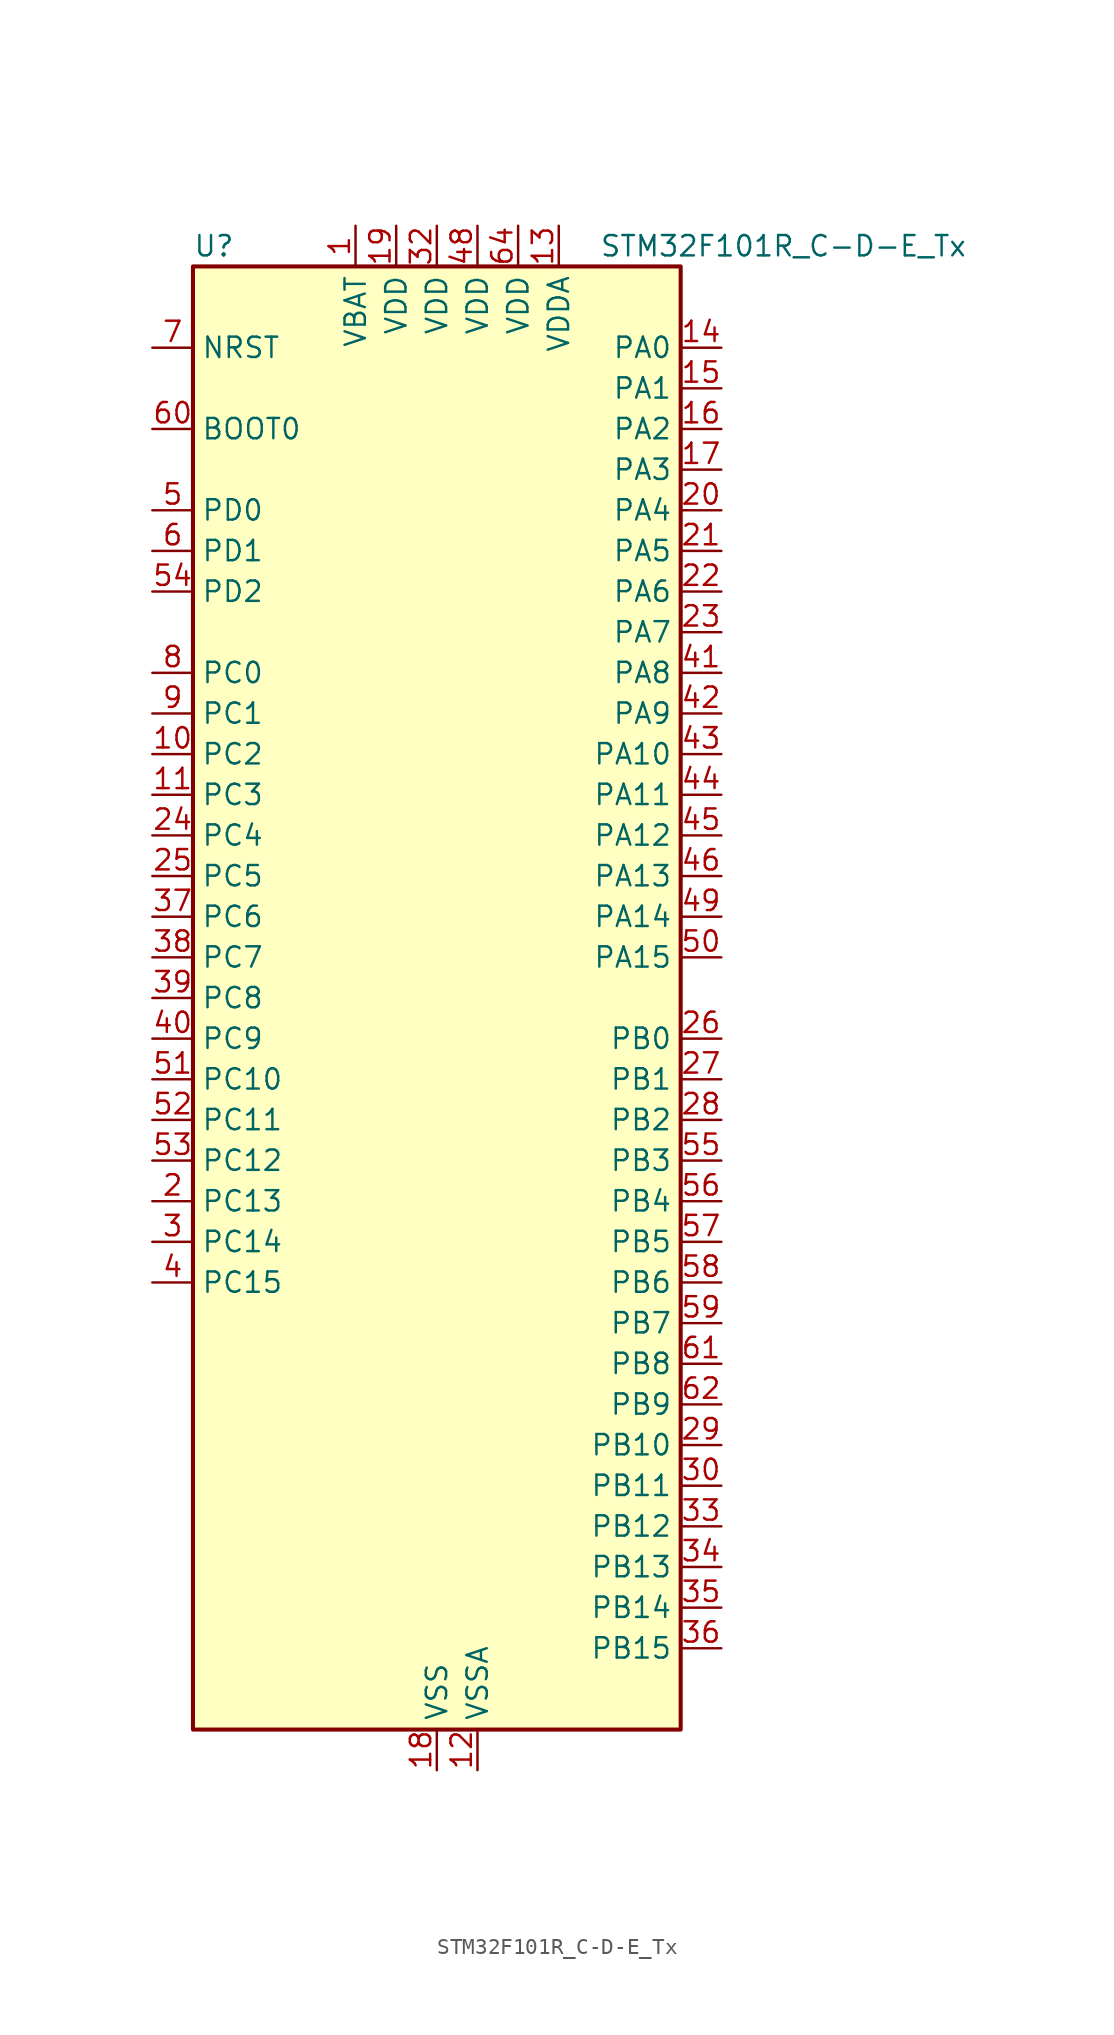
<source format=kicad_sym>
(kicad_symbol_lib
  (version 20241209)
  (generator "kicad_symbol_editor")
  (generator_version "9.0")
  (symbol "STM32F101R_C-D-E_Tx"
    (property "Reference" "U"
      (at -15.24 46.99 0)
      (effects (font (size 1.27 1.27)) (justify left)))
    (property "Value" "STM32F101R_C-D-E_Tx"
      (at 10.16 46.99 0)
      (effects (font (size 1.27 1.27)) (justify left)))
    (symbol "STM32F101R_C-D-E_Tx_0_1"
      (rectangle (start -15.24 -45.72) (end 15.24 45.72) (stroke (width 0.254) (type default)) (fill (type background))))
    (symbol "STM32F101R_C-D-E_Tx_1_1"
      (pin input line (at -17.78 40.64 0) (length 2.54) (name "NRST" (effects (font (size 1.27 1.27)))) (number "7" (effects (font (size 1.27 1.27)))))
      (pin input line (at -17.78 35.56 0) (length 2.54) (name "BOOT0" (effects (font (size 1.27 1.27)))) (number "60" (effects (font (size 1.27 1.27)))))
      (pin bidirectional line (at -17.78 30.48 0) (length 2.54) (name "PD0" (effects (font (size 1.27 1.27)))) (number "5" (effects (font (size 1.27 1.27)))) (alternate "RCC_OSC_IN" bidirectional line))
      (pin bidirectional line (at -17.78 27.94 0) (length 2.54) (name "PD1" (effects (font (size 1.27 1.27)))) (number "6" (effects (font (size 1.27 1.27)))) (alternate "RCC_OSC_OUT" bidirectional line))
      (pin bidirectional line (at -17.78 25.4 0) (length 2.54) (name "PD2" (effects (font (size 1.27 1.27)))) (number "54" (effects (font (size 1.27 1.27)))) (alternate "TIM3_ETR" bidirectional line) (alternate "UART5_RX" bidirectional line))
      (pin bidirectional line (at -17.78 20.32 0) (length 2.54) (name "PC0" (effects (font (size 1.27 1.27)))) (number "8" (effects (font (size 1.27 1.27)))) (alternate "ADC1_IN10" bidirectional line))
      (pin bidirectional line (at -17.78 17.78 0) (length 2.54) (name "PC1" (effects (font (size 1.27 1.27)))) (number "9" (effects (font (size 1.27 1.27)))) (alternate "ADC1_IN11" bidirectional line))
      (pin bidirectional line (at -17.78 15.24 0) (length 2.54) (name "PC2" (effects (font (size 1.27 1.27)))) (number "10" (effects (font (size 1.27 1.27)))) (alternate "ADC1_IN12" bidirectional line))
      (pin bidirectional line (at -17.78 12.7 0) (length 2.54) (name "PC3" (effects (font (size 1.27 1.27)))) (number "11" (effects (font (size 1.27 1.27)))) (alternate "ADC1_IN13" bidirectional line))
      (pin bidirectional line (at -17.78 10.16 0) (length 2.54) (name "PC4" (effects (font (size 1.27 1.27)))) (number "24" (effects (font (size 1.27 1.27)))) (alternate "ADC1_IN14" bidirectional line))
      (pin bidirectional line (at -17.78 7.62 0) (length 2.54) (name "PC5" (effects (font (size 1.27 1.27)))) (number "25" (effects (font (size 1.27 1.27)))) (alternate "ADC1_IN15" bidirectional line))
      (pin bidirectional line (at -17.78 5.08 0) (length 2.54) (name "PC6" (effects (font (size 1.27 1.27)))) (number "37" (effects (font (size 1.27 1.27)))) (alternate "TIM3_CH1" bidirectional line))
      (pin bidirectional line (at -17.78 2.54 0) (length 2.54) (name "PC7" (effects (font (size 1.27 1.27)))) (number "38" (effects (font (size 1.27 1.27)))) (alternate "TIM3_CH2" bidirectional line))
      (pin bidirectional line (at -17.78 0 0) (length 2.54) (name "PC8" (effects (font (size 1.27 1.27)))) (number "39" (effects (font (size 1.27 1.27)))) (alternate "TIM3_CH3" bidirectional line))
      (pin bidirectional line (at -17.78 -2.54 0) (length 2.54) (name "PC9" (effects (font (size 1.27 1.27)))) (number "40" (effects (font (size 1.27 1.27)))) (alternate "DAC_EXTI9" bidirectional line) (alternate "TIM3_CH4" bidirectional line))
      (pin bidirectional line (at -17.78 -5.08 0) (length 2.54) (name "PC10" (effects (font (size 1.27 1.27)))) (number "51" (effects (font (size 1.27 1.27)))) (alternate "UART4_TX" bidirectional line) (alternate "USART3_TX" bidirectional line))
      (pin bidirectional line (at -17.78 -7.62 0) (length 2.54) (name "PC11" (effects (font (size 1.27 1.27)))) (number "52" (effects (font (size 1.27 1.27)))) (alternate "ADC1_EXTI11" bidirectional line) (alternate "UART4_RX" bidirectional line) (alternate "USART3_RX" bidirectional line))
      (pin bidirectional line (at -17.78 -10.16 0) (length 2.54) (name "PC12" (effects (font (size 1.27 1.27)))) (number "53" (effects (font (size 1.27 1.27)))) (alternate "UART5_TX" bidirectional line) (alternate "USART3_CK" bidirectional line))
      (pin bidirectional line (at -17.78 -12.7 0) (length 2.54) (name "PC13" (effects (font (size 1.27 1.27)))) (number "2" (effects (font (size 1.27 1.27)))) (alternate "RTC_OUT" bidirectional line) (alternate "RTC_TAMPER" bidirectional line))
      (pin bidirectional line (at -17.78 -15.24 0) (length 2.54) (name "PC14" (effects (font (size 1.27 1.27)))) (number "3" (effects (font (size 1.27 1.27)))) (alternate "RCC_OSC32_IN" bidirectional line))
      (pin bidirectional line (at -17.78 -17.78 0) (length 2.54) (name "PC15" (effects (font (size 1.27 1.27)))) (number "4" (effects (font (size 1.27 1.27)))) (alternate "ADC1_EXTI15" bidirectional line) (alternate "RCC_OSC32_OUT" bidirectional line))
      (pin power_in line (at -5.08 48.26 270) (length 2.54) (name "VBAT" (effects (font (size 1.27 1.27)))) (number "1" (effects (font (size 1.27 1.27)))))
      (pin power_in line (at -2.54 48.26 270) (length 2.54) (name "VDD" (effects (font (size 1.27 1.27)))) (number "19" (effects (font (size 1.27 1.27)))))
      (pin power_in line (at 0 48.26 270) (length 2.54) (name "VDD" (effects (font (size 1.27 1.27)))) (number "32" (effects (font (size 1.27 1.27)))))
      (pin power_in line (at 0 -48.26 90) (length 2.54) (name "VSS" (effects (font (size 1.27 1.27)))) (number "18" (effects (font (size 1.27 1.27)))))
      (pin passive line (at 0 -48.26 90) (length 2.54) (hide yes) (name "VSS" (effects (font (size 1.27 1.27)))) (number "31" (effects (font (size 1.27 1.27)))))
      (pin passive line (at 0 -48.26 90) (length 2.54) (hide yes) (name "VSS" (effects (font (size 1.27 1.27)))) (number "47" (effects (font (size 1.27 1.27)))))
      (pin passive line (at 0 -48.26 90) (length 2.54) (hide yes) (name "VSS" (effects (font (size 1.27 1.27)))) (number "63" (effects (font (size 1.27 1.27)))))
      (pin power_in line (at 2.54 48.26 270) (length 2.54) (name "VDD" (effects (font (size 1.27 1.27)))) (number "48" (effects (font (size 1.27 1.27)))))
      (pin power_in line (at 2.54 -48.26 90) (length 2.54) (name "VSSA" (effects (font (size 1.27 1.27)))) (number "12" (effects (font (size 1.27 1.27)))))
      (pin power_in line (at 5.08 48.26 270) (length 2.54) (name "VDD" (effects (font (size 1.27 1.27)))) (number "64" (effects (font (size 1.27 1.27)))))
      (pin power_in line (at 7.62 48.26 270) (length 2.54) (name "VDDA" (effects (font (size 1.27 1.27)))) (number "13" (effects (font (size 1.27 1.27)))))
      (pin bidirectional line (at 17.78 40.64 180) (length 2.54) (name "PA0" (effects (font (size 1.27 1.27)))) (number "14" (effects (font (size 1.27 1.27)))) (alternate "ADC1_IN0" bidirectional line) (alternate "SYS_WKUP" bidirectional line) (alternate "TIM2_CH1" bidirectional line) (alternate "TIM2_ETR" bidirectional line) (alternate "TIM5_CH1" bidirectional line) (alternate "USART2_CTS" bidirectional line))
      (pin bidirectional line (at 17.78 38.1 180) (length 2.54) (name "PA1" (effects (font (size 1.27 1.27)))) (number "15" (effects (font (size 1.27 1.27)))) (alternate "ADC1_IN1" bidirectional line) (alternate "TIM2_CH2" bidirectional line) (alternate "TIM5_CH2" bidirectional line) (alternate "USART2_RTS" bidirectional line))
      (pin bidirectional line (at 17.78 35.56 180) (length 2.54) (name "PA2" (effects (font (size 1.27 1.27)))) (number "16" (effects (font (size 1.27 1.27)))) (alternate "ADC1_IN2" bidirectional line) (alternate "TIM2_CH3" bidirectional line) (alternate "TIM5_CH3" bidirectional line) (alternate "USART2_TX" bidirectional line))
      (pin bidirectional line (at 17.78 33.02 180) (length 2.54) (name "PA3" (effects (font (size 1.27 1.27)))) (number "17" (effects (font (size 1.27 1.27)))) (alternate "ADC1_IN3" bidirectional line) (alternate "TIM2_CH4" bidirectional line) (alternate "TIM5_CH4" bidirectional line) (alternate "USART2_RX" bidirectional line))
      (pin bidirectional line (at 17.78 30.48 180) (length 2.54) (name "PA4" (effects (font (size 1.27 1.27)))) (number "20" (effects (font (size 1.27 1.27)))) (alternate "ADC1_IN4" bidirectional line) (alternate "DAC_OUT1" bidirectional line) (alternate "SPI1_NSS" bidirectional line) (alternate "USART2_CK" bidirectional line))
      (pin bidirectional line (at 17.78 27.94 180) (length 2.54) (name "PA5" (effects (font (size 1.27 1.27)))) (number "21" (effects (font (size 1.27 1.27)))) (alternate "ADC1_IN5" bidirectional line) (alternate "DAC_OUT2" bidirectional line) (alternate "SPI1_SCK" bidirectional line))
      (pin bidirectional line (at 17.78 25.4 180) (length 2.54) (name "PA6" (effects (font (size 1.27 1.27)))) (number "22" (effects (font (size 1.27 1.27)))) (alternate "ADC1_IN6" bidirectional line) (alternate "SPI1_MISO" bidirectional line) (alternate "TIM3_CH1" bidirectional line))
      (pin bidirectional line (at 17.78 22.86 180) (length 2.54) (name "PA7" (effects (font (size 1.27 1.27)))) (number "23" (effects (font (size 1.27 1.27)))) (alternate "ADC1_IN7" bidirectional line) (alternate "SPI1_MOSI" bidirectional line) (alternate "TIM3_CH2" bidirectional line))
      (pin bidirectional line (at 17.78 20.32 180) (length 2.54) (name "PA8" (effects (font (size 1.27 1.27)))) (number "41" (effects (font (size 1.27 1.27)))) (alternate "RCC_MCO" bidirectional line) (alternate "USART1_CK" bidirectional line))
      (pin bidirectional line (at 17.78 17.78 180) (length 2.54) (name "PA9" (effects (font (size 1.27 1.27)))) (number "42" (effects (font (size 1.27 1.27)))) (alternate "DAC_EXTI9" bidirectional line) (alternate "USART1_TX" bidirectional line))
      (pin bidirectional line (at 17.78 15.24 180) (length 2.54) (name "PA10" (effects (font (size 1.27 1.27)))) (number "43" (effects (font (size 1.27 1.27)))) (alternate "USART1_RX" bidirectional line))
      (pin bidirectional line (at 17.78 12.7 180) (length 2.54) (name "PA11" (effects (font (size 1.27 1.27)))) (number "44" (effects (font (size 1.27 1.27)))) (alternate "ADC1_EXTI11" bidirectional line) (alternate "USART1_CTS" bidirectional line))
      (pin bidirectional line (at 17.78 10.16 180) (length 2.54) (name "PA12" (effects (font (size 1.27 1.27)))) (number "45" (effects (font (size 1.27 1.27)))) (alternate "USART1_RTS" bidirectional line))
      (pin bidirectional line (at 17.78 7.62 180) (length 2.54) (name "PA13" (effects (font (size 1.27 1.27)))) (number "46" (effects (font (size 1.27 1.27)))) (alternate "SYS_JTMS-SWDIO" bidirectional line))
      (pin bidirectional line (at 17.78 5.08 180) (length 2.54) (name "PA14" (effects (font (size 1.27 1.27)))) (number "49" (effects (font (size 1.27 1.27)))) (alternate "SYS_JTCK-SWCLK" bidirectional line))
      (pin bidirectional line (at 17.78 2.54 180) (length 2.54) (name "PA15" (effects (font (size 1.27 1.27)))) (number "50" (effects (font (size 1.27 1.27)))) (alternate "ADC1_EXTI15" bidirectional line) (alternate "SPI1_NSS" bidirectional line) (alternate "SPI3_NSS" bidirectional line) (alternate "SYS_JTDI" bidirectional line) (alternate "TIM2_CH1" bidirectional line) (alternate "TIM2_ETR" bidirectional line))
      (pin bidirectional line (at 17.78 -2.54 180) (length 2.54) (name "PB0" (effects (font (size 1.27 1.27)))) (number "26" (effects (font (size 1.27 1.27)))) (alternate "ADC1_IN8" bidirectional line) (alternate "TIM3_CH3" bidirectional line))
      (pin bidirectional line (at 17.78 -5.08 180) (length 2.54) (name "PB1" (effects (font (size 1.27 1.27)))) (number "27" (effects (font (size 1.27 1.27)))) (alternate "ADC1_IN9" bidirectional line) (alternate "TIM3_CH4" bidirectional line))
      (pin bidirectional line (at 17.78 -7.62 180) (length 2.54) (name "PB2" (effects (font (size 1.27 1.27)))) (number "28" (effects (font (size 1.27 1.27)))))
      (pin bidirectional line (at 17.78 -10.16 180) (length 2.54) (name "PB3" (effects (font (size 1.27 1.27)))) (number "55" (effects (font (size 1.27 1.27)))) (alternate "SPI1_SCK" bidirectional line) (alternate "SPI3_SCK" bidirectional line) (alternate "SYS_JTDO-TRACESWO" bidirectional line) (alternate "TIM2_CH2" bidirectional line))
      (pin bidirectional line (at 17.78 -12.7 180) (length 2.54) (name "PB4" (effects (font (size 1.27 1.27)))) (number "56" (effects (font (size 1.27 1.27)))) (alternate "SPI1_MISO" bidirectional line) (alternate "SPI3_MISO" bidirectional line) (alternate "SYS_NJTRST" bidirectional line) (alternate "TIM3_CH1" bidirectional line))
      (pin bidirectional line (at 17.78 -15.24 180) (length 2.54) (name "PB5" (effects (font (size 1.27 1.27)))) (number "57" (effects (font (size 1.27 1.27)))) (alternate "I2C1_SMBA" bidirectional line) (alternate "SPI1_MOSI" bidirectional line) (alternate "SPI3_MOSI" bidirectional line) (alternate "TIM3_CH2" bidirectional line))
      (pin bidirectional line (at 17.78 -17.78 180) (length 2.54) (name "PB6" (effects (font (size 1.27 1.27)))) (number "58" (effects (font (size 1.27 1.27)))) (alternate "I2C1_SCL" bidirectional line) (alternate "TIM4_CH1" bidirectional line) (alternate "USART1_TX" bidirectional line))
      (pin bidirectional line (at 17.78 -20.32 180) (length 2.54) (name "PB7" (effects (font (size 1.27 1.27)))) (number "59" (effects (font (size 1.27 1.27)))) (alternate "I2C1_SDA" bidirectional line) (alternate "TIM4_CH2" bidirectional line) (alternate "USART1_RX" bidirectional line))
      (pin bidirectional line (at 17.78 -22.86 180) (length 2.54) (name "PB8" (effects (font (size 1.27 1.27)))) (number "61" (effects (font (size 1.27 1.27)))) (alternate "I2C1_SCL" bidirectional line) (alternate "TIM4_CH3" bidirectional line))
      (pin bidirectional line (at 17.78 -25.4 180) (length 2.54) (name "PB9" (effects (font (size 1.27 1.27)))) (number "62" (effects (font (size 1.27 1.27)))) (alternate "DAC_EXTI9" bidirectional line) (alternate "I2C1_SDA" bidirectional line) (alternate "TIM4_CH4" bidirectional line))
      (pin bidirectional line (at 17.78 -27.94 180) (length 2.54) (name "PB10" (effects (font (size 1.27 1.27)))) (number "29" (effects (font (size 1.27 1.27)))) (alternate "I2C2_SCL" bidirectional line) (alternate "TIM2_CH3" bidirectional line) (alternate "USART3_TX" bidirectional line))
      (pin bidirectional line (at 17.78 -30.48 180) (length 2.54) (name "PB11" (effects (font (size 1.27 1.27)))) (number "30" (effects (font (size 1.27 1.27)))) (alternate "ADC1_EXTI11" bidirectional line) (alternate "I2C2_SDA" bidirectional line) (alternate "TIM2_CH4" bidirectional line) (alternate "USART3_RX" bidirectional line))
      (pin bidirectional line (at 17.78 -33.02 180) (length 2.54) (name "PB12" (effects (font (size 1.27 1.27)))) (number "33" (effects (font (size 1.27 1.27)))) (alternate "I2C2_SMBA" bidirectional line) (alternate "SPI2_NSS" bidirectional line) (alternate "USART3_CK" bidirectional line))
      (pin bidirectional line (at 17.78 -35.56 180) (length 2.54) (name "PB13" (effects (font (size 1.27 1.27)))) (number "34" (effects (font (size 1.27 1.27)))) (alternate "SPI2_SCK" bidirectional line) (alternate "USART3_CTS" bidirectional line))
      (pin bidirectional line (at 17.78 -38.1 180) (length 2.54) (name "PB14" (effects (font (size 1.27 1.27)))) (number "35" (effects (font (size 1.27 1.27)))) (alternate "SPI2_MISO" bidirectional line) (alternate "USART3_RTS" bidirectional line))
      (pin bidirectional line (at 17.78 -40.64 180) (length 2.54) (name "PB15" (effects (font (size 1.27 1.27)))) (number "36" (effects (font (size 1.27 1.27)))) (alternate "ADC1_EXTI15" bidirectional line) (alternate "SPI2_MOSI" bidirectional line)))))
</source>
